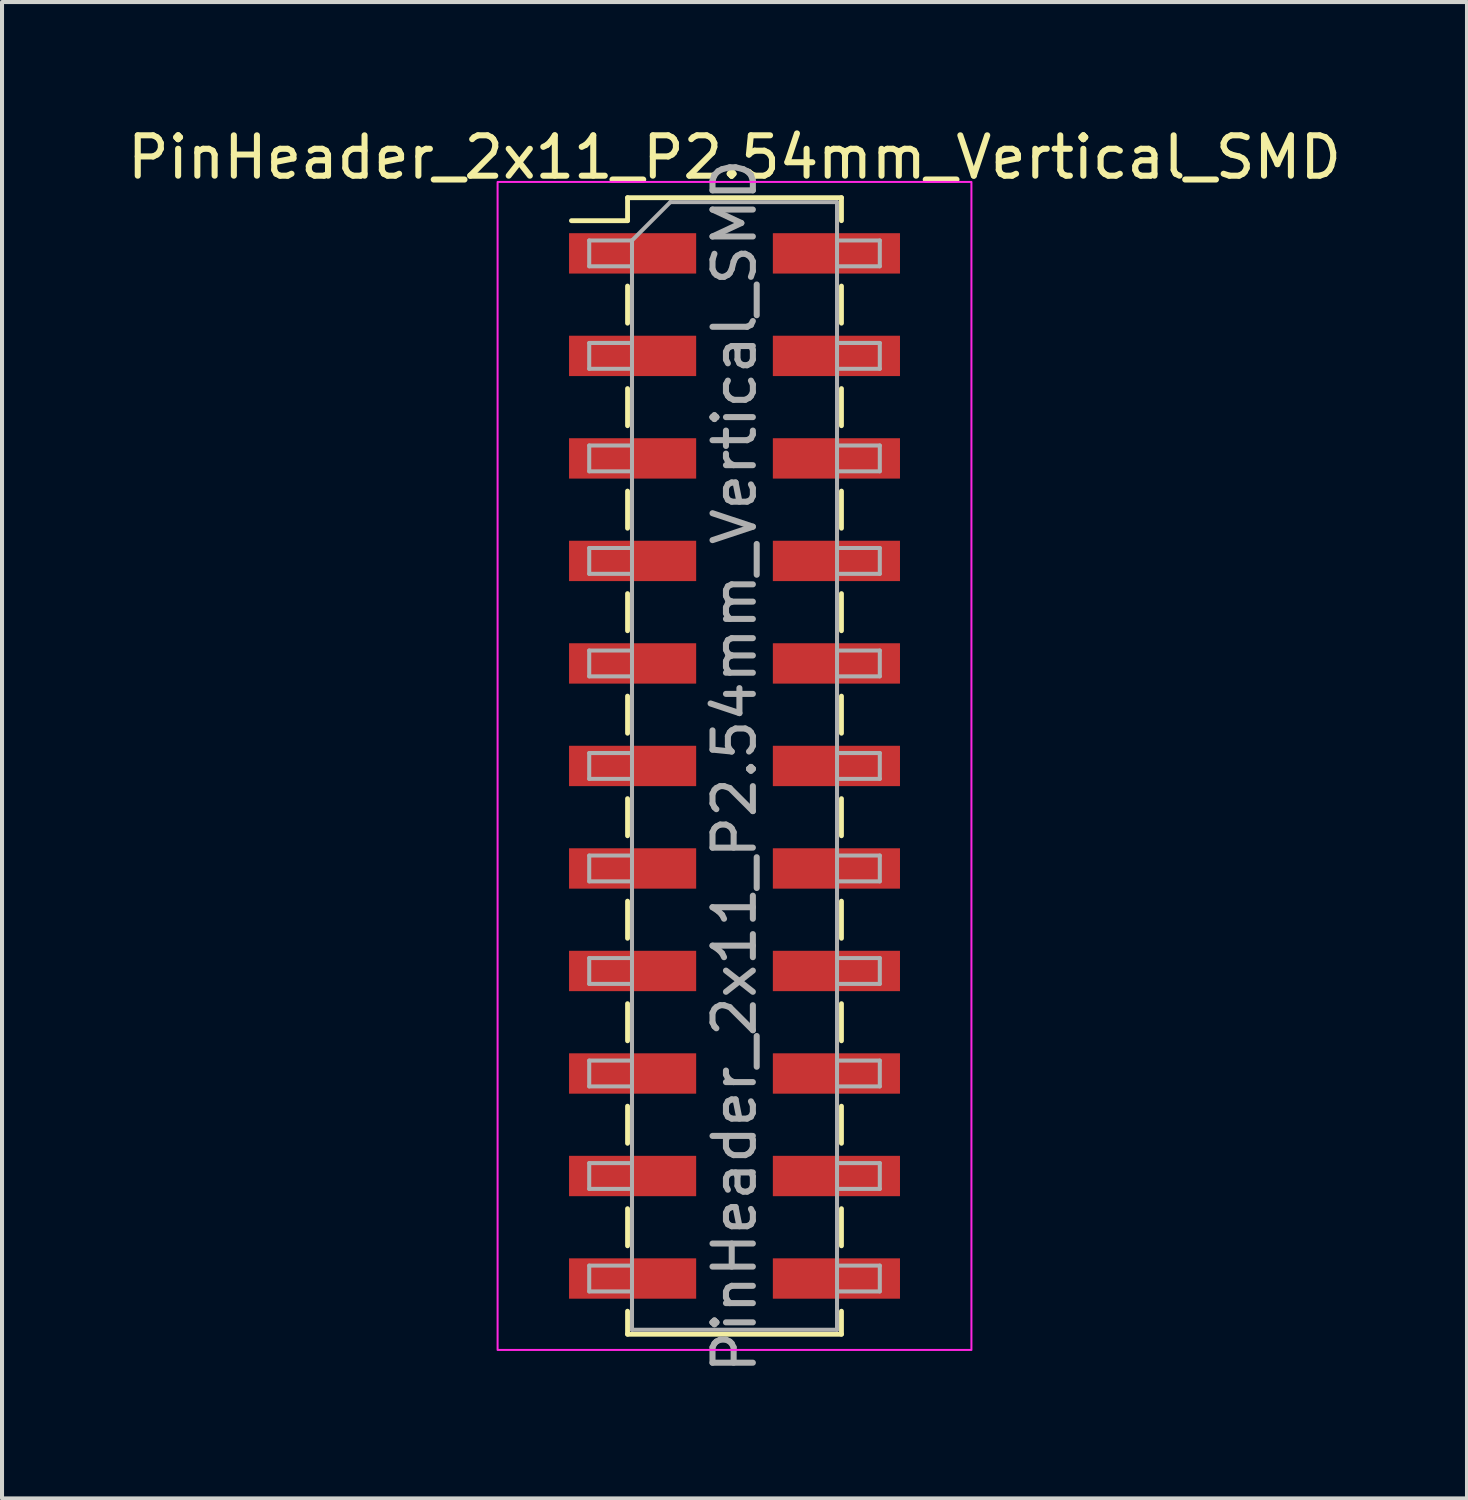
<source format=kicad_pcb>
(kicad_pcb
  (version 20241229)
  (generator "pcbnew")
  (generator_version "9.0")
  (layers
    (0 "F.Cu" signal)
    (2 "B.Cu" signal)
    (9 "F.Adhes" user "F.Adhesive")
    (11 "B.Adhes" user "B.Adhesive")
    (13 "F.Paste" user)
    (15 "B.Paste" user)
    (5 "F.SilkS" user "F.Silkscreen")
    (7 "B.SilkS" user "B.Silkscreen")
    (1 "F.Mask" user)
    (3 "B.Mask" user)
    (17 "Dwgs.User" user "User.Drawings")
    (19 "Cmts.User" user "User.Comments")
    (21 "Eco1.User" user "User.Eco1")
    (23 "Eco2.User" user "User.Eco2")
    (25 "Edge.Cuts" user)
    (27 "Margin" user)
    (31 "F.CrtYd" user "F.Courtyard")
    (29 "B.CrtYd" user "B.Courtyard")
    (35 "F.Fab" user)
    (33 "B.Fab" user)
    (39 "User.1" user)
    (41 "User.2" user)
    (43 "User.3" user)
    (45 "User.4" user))
  (footprint "PinHeader_2x11_P2.54mm_Vertical_SMD"
    (layer "F.Cu")
    (at 15.149 15.928)
    (property "Reference" "PinHeader_2x11_P2.54mm_Vertical_SMD" (at 0 -15.08 0) (layer "F.SilkS") (effects (font (size 1 1) (thickness 0.15))))
    (attr smd)
    (fp_line (start -4.04 -13.51) (end -2.65 -13.51) (stroke (width 0.12) (type solid)) (layer "F.SilkS"))
    (fp_line (start -2.65 -14.08) (end -2.65 -13.51) (stroke (width 0.12) (type solid)) (layer "F.SilkS"))
    (fp_line (start -2.65 -14.08) (end 2.65 -14.08) (stroke (width 0.12) (type solid)) (layer "F.SilkS"))
    (fp_line (start -2.65 -11.89) (end -2.65 -10.97) (stroke (width 0.12) (type solid)) (layer "F.SilkS"))
    (fp_line (start -2.65 -9.35) (end -2.65 -8.43) (stroke (width 0.12) (type solid)) (layer "F.SilkS"))
    (fp_line (start -2.65 -6.81) (end -2.65 -5.89) (stroke (width 0.12) (type solid)) (layer "F.SilkS"))
    (fp_line (start -2.65 -4.27) (end -2.65 -3.35) (stroke (width 0.12) (type solid)) (layer "F.SilkS"))
    (fp_line (start -2.65 -1.73) (end -2.65 -0.81) (stroke (width 0.12) (type solid)) (layer "F.SilkS"))
    (fp_line (start -2.65 0.81) (end -2.65 1.73) (stroke (width 0.12) (type solid)) (layer "F.SilkS"))
    (fp_line (start -2.65 3.35) (end -2.65 4.27) (stroke (width 0.12) (type solid)) (layer "F.SilkS"))
    (fp_line (start -2.65 5.89) (end -2.65 6.81) (stroke (width 0.12) (type solid)) (layer "F.SilkS"))
    (fp_line (start -2.65 8.43) (end -2.65 9.35) (stroke (width 0.12) (type solid)) (layer "F.SilkS"))
    (fp_line (start -2.65 10.97) (end -2.65 11.89) (stroke (width 0.12) (type solid)) (layer "F.SilkS"))
    (fp_line (start -2.65 13.51) (end -2.65 14.08) (stroke (width 0.12) (type solid)) (layer "F.SilkS"))
    (fp_line (start -2.65 14.08) (end 2.65 14.08) (stroke (width 0.12) (type solid)) (layer "F.SilkS"))
    (fp_line (start 2.65 -14.08) (end 2.65 -13.51) (stroke (width 0.12) (type solid)) (layer "F.SilkS"))
    (fp_line (start 2.65 -11.89) (end 2.65 -10.97) (stroke (width 0.12) (type solid)) (layer "F.SilkS"))
    (fp_line (start 2.65 -9.35) (end 2.65 -8.43) (stroke (width 0.12) (type solid)) (layer "F.SilkS"))
    (fp_line (start 2.65 -6.81) (end 2.65 -5.89) (stroke (width 0.12) (type solid)) (layer "F.SilkS"))
    (fp_line (start 2.65 -4.27) (end 2.65 -3.35) (stroke (width 0.12) (type solid)) (layer "F.SilkS"))
    (fp_line (start 2.65 -1.73) (end 2.65 -0.81) (stroke (width 0.12) (type solid)) (layer "F.SilkS"))
    (fp_line (start 2.65 0.81) (end 2.65 1.73) (stroke (width 0.12) (type solid)) (layer "F.SilkS"))
    (fp_line (start 2.65 3.35) (end 2.65 4.27) (stroke (width 0.12) (type solid)) (layer "F.SilkS"))
    (fp_line (start 2.65 5.89) (end 2.65 6.81) (stroke (width 0.12) (type solid)) (layer "F.SilkS"))
    (fp_line (start 2.65 8.43) (end 2.65 9.35) (stroke (width 0.12) (type solid)) (layer "F.SilkS"))
    (fp_line (start 2.65 10.97) (end 2.65 11.89) (stroke (width 0.12) (type solid)) (layer "F.SilkS"))
    (fp_line (start 2.65 13.51) (end 2.65 14.08) (stroke (width 0.12) (type solid)) (layer "F.SilkS"))
    (fp_rect (start -5.87 -14.47) (end 5.87 14.47) (stroke (width 0.05) (type solid)) (fill no) (layer "F.CrtYd"))
    (fp_line (start -3.6 -13.02) (end -3.6 -12.38) (stroke (width 0.1) (type solid)) (layer "F.Fab"))
    (fp_line (start -3.6 -12.38) (end -2.54 -12.38) (stroke (width 0.1) (type solid)) (layer "F.Fab"))
    (fp_line (start -3.6 -10.48) (end -3.6 -9.84) (stroke (width 0.1) (type solid)) (layer "F.Fab"))
    (fp_line (start -3.6 -9.84) (end -2.54 -9.84) (stroke (width 0.1) (type solid)) (layer "F.Fab"))
    (fp_line (start -3.6 -7.94) (end -3.6 -7.3) (stroke (width 0.1) (type solid)) (layer "F.Fab"))
    (fp_line (start -3.6 -7.3) (end -2.54 -7.3) (stroke (width 0.1) (type solid)) (layer "F.Fab"))
    (fp_line (start -3.6 -5.4) (end -3.6 -4.76) (stroke (width 0.1) (type solid)) (layer "F.Fab"))
    (fp_line (start -3.6 -4.76) (end -2.54 -4.76) (stroke (width 0.1) (type solid)) (layer "F.Fab"))
    (fp_line (start -3.6 -2.86) (end -3.6 -2.22) (stroke (width 0.1) (type solid)) (layer "F.Fab"))
    (fp_line (start -3.6 -2.22) (end -2.54 -2.22) (stroke (width 0.1) (type solid)) (layer "F.Fab"))
    (fp_line (start -3.6 -0.32) (end -3.6 0.32) (stroke (width 0.1) (type solid)) (layer "F.Fab"))
    (fp_line (start -3.6 0.32) (end -2.54 0.32) (stroke (width 0.1) (type solid)) (layer "F.Fab"))
    (fp_line (start -3.6 2.22) (end -3.6 2.86) (stroke (width 0.1) (type solid)) (layer "F.Fab"))
    (fp_line (start -3.6 2.86) (end -2.54 2.86) (stroke (width 0.1) (type solid)) (layer "F.Fab"))
    (fp_line (start -3.6 4.76) (end -3.6 5.4) (stroke (width 0.1) (type solid)) (layer "F.Fab"))
    (fp_line (start -3.6 5.4) (end -2.54 5.4) (stroke (width 0.1) (type solid)) (layer "F.Fab"))
    (fp_line (start -3.6 7.3) (end -3.6 7.94) (stroke (width 0.1) (type solid)) (layer "F.Fab"))
    (fp_line (start -3.6 7.94) (end -2.54 7.94) (stroke (width 0.1) (type solid)) (layer "F.Fab"))
    (fp_line (start -3.6 9.84) (end -3.6 10.48) (stroke (width 0.1) (type solid)) (layer "F.Fab"))
    (fp_line (start -3.6 10.48) (end -2.54 10.48) (stroke (width 0.1) (type solid)) (layer "F.Fab"))
    (fp_line (start -3.6 12.38) (end -3.6 13.02) (stroke (width 0.1) (type solid)) (layer "F.Fab"))
    (fp_line (start -3.6 13.02) (end -2.54 13.02) (stroke (width 0.1) (type solid)) (layer "F.Fab"))
    (fp_line (start -2.54 -13.02) (end -3.6 -13.02) (stroke (width 0.1) (type solid)) (layer "F.Fab"))
    (fp_line (start -2.54 -13.02) (end -1.59 -13.97) (stroke (width 0.1) (type solid)) (layer "F.Fab"))
    (fp_line (start -2.54 -10.48) (end -3.6 -10.48) (stroke (width 0.1) (type solid)) (layer "F.Fab"))
    (fp_line (start -2.54 -7.94) (end -3.6 -7.94) (stroke (width 0.1) (type solid)) (layer "F.Fab"))
    (fp_line (start -2.54 -5.4) (end -3.6 -5.4) (stroke (width 0.1) (type solid)) (layer "F.Fab"))
    (fp_line (start -2.54 -2.86) (end -3.6 -2.86) (stroke (width 0.1) (type solid)) (layer "F.Fab"))
    (fp_line (start -2.54 -0.32) (end -3.6 -0.32) (stroke (width 0.1) (type solid)) (layer "F.Fab"))
    (fp_line (start -2.54 2.22) (end -3.6 2.22) (stroke (width 0.1) (type solid)) (layer "F.Fab"))
    (fp_line (start -2.54 4.76) (end -3.6 4.76) (stroke (width 0.1) (type solid)) (layer "F.Fab"))
    (fp_line (start -2.54 7.3) (end -3.6 7.3) (stroke (width 0.1) (type solid)) (layer "F.Fab"))
    (fp_line (start -2.54 9.84) (end -3.6 9.84) (stroke (width 0.1) (type solid)) (layer "F.Fab"))
    (fp_line (start -2.54 12.38) (end -3.6 12.38) (stroke (width 0.1) (type solid)) (layer "F.Fab"))
    (fp_line (start -2.54 13.97) (end -2.54 -13.02) (stroke (width 0.1) (type solid)) (layer "F.Fab"))
    (fp_line (start -1.59 -13.97) (end 2.54 -13.97) (stroke (width 0.1) (type solid)) (layer "F.Fab"))
    (fp_line (start 2.54 -13.97) (end 2.54 13.97) (stroke (width 0.1) (type solid)) (layer "F.Fab"))
    (fp_line (start 2.54 -13.02) (end 3.6 -13.02) (stroke (width 0.1) (type solid)) (layer "F.Fab"))
    (fp_line (start 2.54 -10.48) (end 3.6 -10.48) (stroke (width 0.1) (type solid)) (layer "F.Fab"))
    (fp_line (start 2.54 -7.94) (end 3.6 -7.94) (stroke (width 0.1) (type solid)) (layer "F.Fab"))
    (fp_line (start 2.54 -5.4) (end 3.6 -5.4) (stroke (width 0.1) (type solid)) (layer "F.Fab"))
    (fp_line (start 2.54 -2.86) (end 3.6 -2.86) (stroke (width 0.1) (type solid)) (layer "F.Fab"))
    (fp_line (start 2.54 -0.32) (end 3.6 -0.32) (stroke (width 0.1) (type solid)) (layer "F.Fab"))
    (fp_line (start 2.54 2.22) (end 3.6 2.22) (stroke (width 0.1) (type solid)) (layer "F.Fab"))
    (fp_line (start 2.54 4.76) (end 3.6 4.76) (stroke (width 0.1) (type solid)) (layer "F.Fab"))
    (fp_line (start 2.54 7.3) (end 3.6 7.3) (stroke (width 0.1) (type solid)) (layer "F.Fab"))
    (fp_line (start 2.54 9.84) (end 3.6 9.84) (stroke (width 0.1) (type solid)) (layer "F.Fab"))
    (fp_line (start 2.54 12.38) (end 3.6 12.38) (stroke (width 0.1) (type solid)) (layer "F.Fab"))
    (fp_line (start 2.54 13.97) (end -2.54 13.97) (stroke (width 0.1) (type solid)) (layer "F.Fab"))
    (fp_line (start 3.6 -13.02) (end 3.6 -12.38) (stroke (width 0.1) (type solid)) (layer "F.Fab"))
    (fp_line (start 3.6 -12.38) (end 2.54 -12.38) (stroke (width 0.1) (type solid)) (layer "F.Fab"))
    (fp_line (start 3.6 -10.48) (end 3.6 -9.84) (stroke (width 0.1) (type solid)) (layer "F.Fab"))
    (fp_line (start 3.6 -9.84) (end 2.54 -9.84) (stroke (width 0.1) (type solid)) (layer "F.Fab"))
    (fp_line (start 3.6 -7.94) (end 3.6 -7.3) (stroke (width 0.1) (type solid)) (layer "F.Fab"))
    (fp_line (start 3.6 -7.3) (end 2.54 -7.3) (stroke (width 0.1) (type solid)) (layer "F.Fab"))
    (fp_line (start 3.6 -5.4) (end 3.6 -4.76) (stroke (width 0.1) (type solid)) (layer "F.Fab"))
    (fp_line (start 3.6 -4.76) (end 2.54 -4.76) (stroke (width 0.1) (type solid)) (layer "F.Fab"))
    (fp_line (start 3.6 -2.86) (end 3.6 -2.22) (stroke (width 0.1) (type solid)) (layer "F.Fab"))
    (fp_line (start 3.6 -2.22) (end 2.54 -2.22) (stroke (width 0.1) (type solid)) (layer "F.Fab"))
    (fp_line (start 3.6 -0.32) (end 3.6 0.32) (stroke (width 0.1) (type solid)) (layer "F.Fab"))
    (fp_line (start 3.6 0.32) (end 2.54 0.32) (stroke (width 0.1) (type solid)) (layer "F.Fab"))
    (fp_line (start 3.6 2.22) (end 3.6 2.86) (stroke (width 0.1) (type solid)) (layer "F.Fab"))
    (fp_line (start 3.6 2.86) (end 2.54 2.86) (stroke (width 0.1) (type solid)) (layer "F.Fab"))
    (fp_line (start 3.6 4.76) (end 3.6 5.4) (stroke (width 0.1) (type solid)) (layer "F.Fab"))
    (fp_line (start 3.6 5.4) (end 2.54 5.4) (stroke (width 0.1) (type solid)) (layer "F.Fab"))
    (fp_line (start 3.6 7.3) (end 3.6 7.94) (stroke (width 0.1) (type solid)) (layer "F.Fab"))
    (fp_line (start 3.6 7.94) (end 2.54 7.94) (stroke (width 0.1) (type solid)) (layer "F.Fab"))
    (fp_line (start 3.6 9.84) (end 3.6 10.48) (stroke (width 0.1) (type solid)) (layer "F.Fab"))
    (fp_line (start 3.6 10.48) (end 2.54 10.48) (stroke (width 0.1) (type solid)) (layer "F.Fab"))
    (fp_line (start 3.6 12.38) (end 3.6 13.02) (stroke (width 0.1) (type solid)) (layer "F.Fab"))
    (fp_line (start 3.6 13.02) (end 2.54 13.02) (stroke (width 0.1) (type solid)) (layer "F.Fab"))
    (fp_text user "${REFERENCE}" (at 0 0 90) (layer "F.Fab") (effects (font (size 1 1) (thickness 0.15))))
    (pad "1" smd rect (at -2.525 -12.7) (size 3.15 1) (layers "F.Cu" "F.Mask" "F.Paste"))
    (pad "2" smd rect (at 2.525 -12.7) (size 3.15 1) (layers "F.Cu" "F.Mask" "F.Paste"))
    (pad "3" smd rect (at -2.525 -10.16) (size 3.15 1) (layers "F.Cu" "F.Mask" "F.Paste"))
    (pad "4" smd rect (at 2.525 -10.16) (size 3.15 1) (layers "F.Cu" "F.Mask" "F.Paste"))
    (pad "5" smd rect (at -2.525 -7.62) (size 3.15 1) (layers "F.Cu" "F.Mask" "F.Paste"))
    (pad "6" smd rect (at 2.525 -7.62) (size 3.15 1) (layers "F.Cu" "F.Mask" "F.Paste"))
    (pad "7" smd rect (at -2.525 -5.08) (size 3.15 1) (layers "F.Cu" "F.Mask" "F.Paste"))
    (pad "8" smd rect (at 2.525 -5.08) (size 3.15 1) (layers "F.Cu" "F.Mask" "F.Paste"))
    (pad "9" smd rect (at -2.525 -2.54) (size 3.15 1) (layers "F.Cu" "F.Mask" "F.Paste"))
    (pad "10" smd rect (at 2.525 -2.54) (size 3.15 1) (layers "F.Cu" "F.Mask" "F.Paste"))
    (pad "11" smd rect (at -2.525 0) (size 3.15 1) (layers "F.Cu" "F.Mask" "F.Paste"))
    (pad "12" smd rect (at 2.525 0) (size 3.15 1) (layers "F.Cu" "F.Mask" "F.Paste"))
    (pad "13" smd rect (at -2.525 2.54) (size 3.15 1) (layers "F.Cu" "F.Mask" "F.Paste"))
    (pad "14" smd rect (at 2.525 2.54) (size 3.15 1) (layers "F.Cu" "F.Mask" "F.Paste"))
    (pad "15" smd rect (at -2.525 5.08) (size 3.15 1) (layers "F.Cu" "F.Mask" "F.Paste"))
    (pad "16" smd rect (at 2.525 5.08) (size 3.15 1) (layers "F.Cu" "F.Mask" "F.Paste"))
    (pad "17" smd rect (at -2.525 7.62) (size 3.15 1) (layers "F.Cu" "F.Mask" "F.Paste"))
    (pad "18" smd rect (at 2.525 7.62) (size 3.15 1) (layers "F.Cu" "F.Mask" "F.Paste"))
    (pad "19" smd rect (at -2.525 10.16) (size 3.15 1) (layers "F.Cu" "F.Mask" "F.Paste"))
    (pad "20" smd rect (at 2.525 10.16) (size 3.15 1) (layers "F.Cu" "F.Mask" "F.Paste"))
    (pad "21" smd rect (at -2.525 12.7) (size 3.15 1) (layers "F.Cu" "F.Mask" "F.Paste"))
    (pad "22" smd rect (at 2.525 12.7) (size 3.15 1) (layers "F.Cu" "F.Mask" "F.Paste")))
  (gr_rect
    (start -3 -3)
    (end 33.298 34.077)
    (stroke (width 0.1) (type default))
    (fill no)
    (layer "Edge.Cuts")))
</source>
